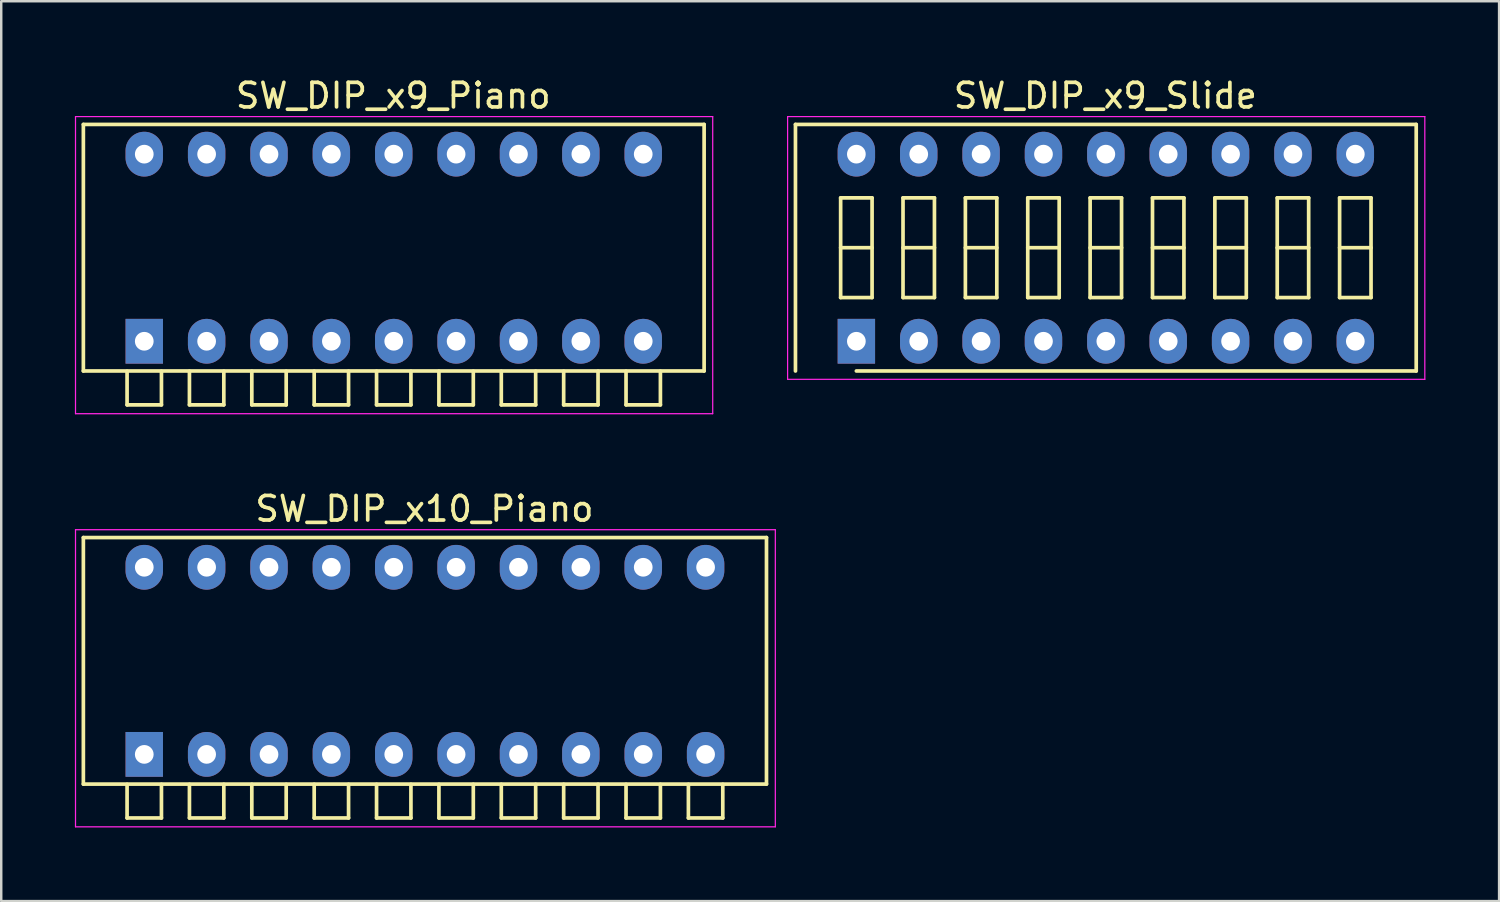
<source format=kicad_pcb>
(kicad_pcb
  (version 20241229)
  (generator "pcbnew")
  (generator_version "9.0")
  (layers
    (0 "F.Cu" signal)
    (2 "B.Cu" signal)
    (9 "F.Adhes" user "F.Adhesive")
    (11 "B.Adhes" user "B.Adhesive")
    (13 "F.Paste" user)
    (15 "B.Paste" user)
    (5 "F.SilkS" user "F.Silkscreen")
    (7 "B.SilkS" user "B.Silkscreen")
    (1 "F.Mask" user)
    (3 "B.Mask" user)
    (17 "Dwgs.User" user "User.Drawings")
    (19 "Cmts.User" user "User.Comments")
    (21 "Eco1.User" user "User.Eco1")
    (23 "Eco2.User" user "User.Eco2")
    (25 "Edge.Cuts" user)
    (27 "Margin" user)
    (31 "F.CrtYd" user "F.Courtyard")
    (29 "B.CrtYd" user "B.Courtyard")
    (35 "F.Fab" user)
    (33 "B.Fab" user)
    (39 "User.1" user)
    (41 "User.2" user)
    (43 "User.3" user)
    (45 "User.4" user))
  (footprint "SW_DIP_x9_Slide"
    (layer "F.Cu")
    (at 31.825 10.848)
    (property "Reference" "SW_DIP_x9_Slide" (at 10.14 -10 0) (layer "F.SilkS") (effects (font (size 1 1) (thickness 0.15))))
    (attr through_hole)
    (fp_line (start -2.48 -8.83) (end 22.8 -8.83) (stroke (width 0.15) (type solid)) (layer "F.SilkS"))
    (fp_line (start -2.48 1.21) (end -2.48 -8.83) (stroke (width 0.15) (type solid)) (layer "F.SilkS"))
    (fp_line (start -0.64 -5.84) (end -0.64 -1.78) (stroke (width 0.15) (type solid)) (layer "F.SilkS"))
    (fp_line (start -0.64 -3.81) (end 0.64 -3.81) (stroke (width 0.15) (type solid)) (layer "F.SilkS"))
    (fp_line (start -0.64 -1.78) (end 0.64 -1.78) (stroke (width 0.15) (type solid)) (layer "F.SilkS"))
    (fp_line (start 0.64 -5.84) (end -0.64 -5.84) (stroke (width 0.15) (type solid)) (layer "F.SilkS"))
    (fp_line (start 0.64 -1.78) (end 0.64 -5.84) (stroke (width 0.15) (type solid)) (layer "F.SilkS"))
    (fp_line (start 1.9 -5.84) (end 1.9 -1.78) (stroke (width 0.15) (type solid)) (layer "F.SilkS"))
    (fp_line (start 1.9 -3.81) (end 3.18 -3.81) (stroke (width 0.15) (type solid)) (layer "F.SilkS"))
    (fp_line (start 1.9 -1.78) (end 3.18 -1.78) (stroke (width 0.15) (type solid)) (layer "F.SilkS"))
    (fp_line (start 3.18 -5.84) (end 1.9 -5.84) (stroke (width 0.15) (type solid)) (layer "F.SilkS"))
    (fp_line (start 3.18 -1.78) (end 3.18 -5.84) (stroke (width 0.15) (type solid)) (layer "F.SilkS"))
    (fp_line (start 4.44 -5.84) (end 4.44 -1.78) (stroke (width 0.15) (type solid)) (layer "F.SilkS"))
    (fp_line (start 4.44 -3.81) (end 5.72 -3.81) (stroke (width 0.15) (type solid)) (layer "F.SilkS"))
    (fp_line (start 4.44 -1.78) (end 5.72 -1.78) (stroke (width 0.15) (type solid)) (layer "F.SilkS"))
    (fp_line (start 5.72 -5.84) (end 4.44 -5.84) (stroke (width 0.15) (type solid)) (layer "F.SilkS"))
    (fp_line (start 5.72 -1.78) (end 5.72 -5.84) (stroke (width 0.15) (type solid)) (layer "F.SilkS"))
    (fp_line (start 6.98 -5.84) (end 6.98 -1.78) (stroke (width 0.15) (type solid)) (layer "F.SilkS"))
    (fp_line (start 6.98 -3.81) (end 8.26 -3.81) (stroke (width 0.15) (type solid)) (layer "F.SilkS"))
    (fp_line (start 6.98 -1.78) (end 8.26 -1.78) (stroke (width 0.15) (type solid)) (layer "F.SilkS"))
    (fp_line (start 8.26 -5.84) (end 6.98 -5.84) (stroke (width 0.15) (type solid)) (layer "F.SilkS"))
    (fp_line (start 8.26 -1.78) (end 8.26 -5.84) (stroke (width 0.15) (type solid)) (layer "F.SilkS"))
    (fp_line (start 9.52 -5.84) (end 9.52 -1.78) (stroke (width 0.15) (type solid)) (layer "F.SilkS"))
    (fp_line (start 9.52 -3.81) (end 10.8 -3.81) (stroke (width 0.15) (type solid)) (layer "F.SilkS"))
    (fp_line (start 9.52 -1.78) (end 10.8 -1.78) (stroke (width 0.15) (type solid)) (layer "F.SilkS"))
    (fp_line (start 10.8 -5.84) (end 9.52 -5.84) (stroke (width 0.15) (type solid)) (layer "F.SilkS"))
    (fp_line (start 10.8 -1.78) (end 10.8 -5.84) (stroke (width 0.15) (type solid)) (layer "F.SilkS"))
    (fp_line (start 12.06 -5.84) (end 12.06 -1.78) (stroke (width 0.15) (type solid)) (layer "F.SilkS"))
    (fp_line (start 12.06 -3.81) (end 13.34 -3.81) (stroke (width 0.15) (type solid)) (layer "F.SilkS"))
    (fp_line (start 12.06 -1.78) (end 13.34 -1.78) (stroke (width 0.15) (type solid)) (layer "F.SilkS"))
    (fp_line (start 13.34 -5.84) (end 12.06 -5.84) (stroke (width 0.15) (type solid)) (layer "F.SilkS"))
    (fp_line (start 13.34 -1.78) (end 13.34 -5.84) (stroke (width 0.15) (type solid)) (layer "F.SilkS"))
    (fp_line (start 14.6 -5.84) (end 14.6 -1.78) (stroke (width 0.15) (type solid)) (layer "F.SilkS"))
    (fp_line (start 14.6 -3.81) (end 15.88 -3.81) (stroke (width 0.15) (type solid)) (layer "F.SilkS"))
    (fp_line (start 14.6 -1.78) (end 15.88 -1.78) (stroke (width 0.15) (type solid)) (layer "F.SilkS"))
    (fp_line (start 15.88 -5.84) (end 14.6 -5.84) (stroke (width 0.15) (type solid)) (layer "F.SilkS"))
    (fp_line (start 15.88 -1.78) (end 15.88 -5.84) (stroke (width 0.15) (type solid)) (layer "F.SilkS"))
    (fp_line (start 17.14 -5.84) (end 17.14 -1.78) (stroke (width 0.15) (type solid)) (layer "F.SilkS"))
    (fp_line (start 17.14 -3.81) (end 18.42 -3.81) (stroke (width 0.15) (type solid)) (layer "F.SilkS"))
    (fp_line (start 17.14 -1.78) (end 18.42 -1.78) (stroke (width 0.15) (type solid)) (layer "F.SilkS"))
    (fp_line (start 18.42 -5.84) (end 17.14 -5.84) (stroke (width 0.15) (type solid)) (layer "F.SilkS"))
    (fp_line (start 18.42 -1.78) (end 18.42 -5.84) (stroke (width 0.15) (type solid)) (layer "F.SilkS"))
    (fp_line (start 19.68 -5.84) (end 19.68 -1.78) (stroke (width 0.15) (type solid)) (layer "F.SilkS"))
    (fp_line (start 19.68 -3.81) (end 20.96 -3.81) (stroke (width 0.15) (type solid)) (layer "F.SilkS"))
    (fp_line (start 19.68 -1.78) (end 20.96 -1.78) (stroke (width 0.15) (type solid)) (layer "F.SilkS"))
    (fp_line (start 20.96 -5.84) (end 19.68 -5.84) (stroke (width 0.15) (type solid)) (layer "F.SilkS"))
    (fp_line (start 20.96 -1.78) (end 20.96 -5.84) (stroke (width 0.15) (type solid)) (layer "F.SilkS"))
    (fp_line (start 22.8 -8.83) (end 22.8 1.21) (stroke (width 0.15) (type solid)) (layer "F.SilkS"))
    (fp_line (start 22.8 1.21) (end 0 1.21) (stroke (width 0.15) (type solid)) (layer "F.SilkS"))
    (fp_line (start -2.8 -9.15) (end -2.8 1.55) (stroke (width 0.05) (type solid)) (layer "F.CrtYd"))
    (fp_line (start -2.8 1.55) (end 23.15 1.55) (stroke (width 0.05) (type solid)) (layer "F.CrtYd"))
    (fp_line (start 23.15 -9.15) (end -2.8 -9.15) (stroke (width 0.05) (type solid)) (layer "F.CrtYd"))
    (fp_line (start 23.15 1.55) (end 23.15 -9.15) (stroke (width 0.05) (type solid)) (layer "F.CrtYd"))
    (pad "1" thru_hole rect (at 0 0) (size 1.524 1.824) (drill 0.762) (layers "*.Cu" "*.Mask"))
    (pad "2" thru_hole oval (at 2.54 0) (size 1.524 1.824) (drill 0.762) (layers "*.Cu" "*.Mask"))
    (pad "3" thru_hole oval (at 5.08 0) (size 1.524 1.824) (drill 0.762) (layers "*.Cu" "*.Mask"))
    (pad "4" thru_hole oval (at 7.62 0) (size 1.524 1.824) (drill 0.762) (layers "*.Cu" "*.Mask"))
    (pad "5" thru_hole oval (at 10.16 0) (size 1.524 1.824) (drill 0.762) (layers "*.Cu" "*.Mask"))
    (pad "6" thru_hole oval (at 12.7 0) (size 1.524 1.824) (drill 0.762) (layers "*.Cu" "*.Mask"))
    (pad "7" thru_hole oval (at 15.24 0) (size 1.524 1.824) (drill 0.762) (layers "*.Cu" "*.Mask"))
    (pad "8" thru_hole oval (at 17.78 0) (size 1.524 1.824) (drill 0.762) (layers "*.Cu" "*.Mask"))
    (pad "9" thru_hole oval (at 20.32 0) (size 1.524 1.824) (drill 0.762) (layers "*.Cu" "*.Mask"))
    (pad "10" thru_hole oval (at 20.32 -7.62) (size 1.524 1.824) (drill 0.762) (layers "*.Cu" "*.Mask"))
    (pad "11" thru_hole oval (at 17.78 -7.62) (size 1.524 1.824) (drill 0.762) (layers "*.Cu" "*.Mask"))
    (pad "12" thru_hole oval (at 15.24 -7.62) (size 1.524 1.824) (drill 0.762) (layers "*.Cu" "*.Mask"))
    (pad "13" thru_hole oval (at 12.7 -7.62) (size 1.524 1.824) (drill 0.762) (layers "*.Cu" "*.Mask"))
    (pad "14" thru_hole oval (at 10.16 -7.62) (size 1.524 1.824) (drill 0.762) (layers "*.Cu" "*.Mask"))
    (pad "15" thru_hole oval (at 7.62 -7.62) (size 1.524 1.824) (drill 0.762) (layers "*.Cu" "*.Mask"))
    (pad "16" thru_hole oval (at 5.08 -7.62) (size 1.524 1.824) (drill 0.762) (layers "*.Cu" "*.Mask"))
    (pad "17" thru_hole oval (at 2.54 -7.62) (size 1.524 1.824) (drill 0.762) (layers "*.Cu" "*.Mask"))
    (pad "18" thru_hole oval (at 0 -7.62) (size 1.524 1.824) (drill 0.762) (layers "*.Cu" "*.Mask")))
  (footprint "SW_DIP_x9_Piano"
    (layer "F.Cu")
    (at 2.825 10.848)
    (property "Reference" "SW_DIP_x9_Piano" (at 10.14 -10 0) (layer "F.SilkS") (effects (font (size 1 1) (thickness 0.15))))
    (attr through_hole)
    (fp_line (start -2.48 -8.83) (end 22.8 -8.83) (stroke (width 0.15) (type solid)) (layer "F.SilkS"))
    (fp_line (start -2.48 1.21) (end -2.48 -8.83) (stroke (width 0.15) (type solid)) (layer "F.SilkS"))
    (fp_line (start -0.7 1.22) (end -0.7 2.59) (stroke (width 0.15) (type solid)) (layer "F.SilkS"))
    (fp_line (start -0.7 2.59) (end 0.7 2.59) (stroke (width 0.15) (type solid)) (layer "F.SilkS"))
    (fp_line (start 0.7 2.59) (end 0.7 1.22) (stroke (width 0.15) (type solid)) (layer "F.SilkS"))
    (fp_line (start 1.84 1.22) (end 1.84 2.59) (stroke (width 0.15) (type solid)) (layer "F.SilkS"))
    (fp_line (start 1.84 2.59) (end 3.24 2.59) (stroke (width 0.15) (type solid)) (layer "F.SilkS"))
    (fp_line (start 3.24 2.59) (end 3.24 1.22) (stroke (width 0.15) (type solid)) (layer "F.SilkS"))
    (fp_line (start 4.38 1.22) (end 4.38 2.59) (stroke (width 0.15) (type solid)) (layer "F.SilkS"))
    (fp_line (start 4.38 2.59) (end 5.78 2.59) (stroke (width 0.15) (type solid)) (layer "F.SilkS"))
    (fp_line (start 5.78 2.59) (end 5.78 1.22) (stroke (width 0.15) (type solid)) (layer "F.SilkS"))
    (fp_line (start 6.92 1.22) (end 6.92 2.59) (stroke (width 0.15) (type solid)) (layer "F.SilkS"))
    (fp_line (start 6.92 2.59) (end 8.32 2.59) (stroke (width 0.15) (type solid)) (layer "F.SilkS"))
    (fp_line (start 8.32 2.59) (end 8.32 1.22) (stroke (width 0.15) (type solid)) (layer "F.SilkS"))
    (fp_line (start 9.46 1.22) (end 9.46 2.59) (stroke (width 0.15) (type solid)) (layer "F.SilkS"))
    (fp_line (start 9.46 2.59) (end 10.86 2.59) (stroke (width 0.15) (type solid)) (layer "F.SilkS"))
    (fp_line (start 10.86 2.59) (end 10.86 1.22) (stroke (width 0.15) (type solid)) (layer "F.SilkS"))
    (fp_line (start 12 1.22) (end 12 2.59) (stroke (width 0.15) (type solid)) (layer "F.SilkS"))
    (fp_line (start 12 2.59) (end 13.4 2.59) (stroke (width 0.15) (type solid)) (layer "F.SilkS"))
    (fp_line (start 13.4 2.59) (end 13.4 1.22) (stroke (width 0.15) (type solid)) (layer "F.SilkS"))
    (fp_line (start 14.54 1.22) (end 14.54 2.59) (stroke (width 0.15) (type solid)) (layer "F.SilkS"))
    (fp_line (start 14.54 2.59) (end 15.94 2.59) (stroke (width 0.15) (type solid)) (layer "F.SilkS"))
    (fp_line (start 15.94 2.59) (end 15.94 1.22) (stroke (width 0.15) (type solid)) (layer "F.SilkS"))
    (fp_line (start 17.08 1.22) (end 17.08 2.59) (stroke (width 0.15) (type solid)) (layer "F.SilkS"))
    (fp_line (start 17.08 2.59) (end 18.48 2.59) (stroke (width 0.15) (type solid)) (layer "F.SilkS"))
    (fp_line (start 18.48 2.59) (end 18.48 1.22) (stroke (width 0.15) (type solid)) (layer "F.SilkS"))
    (fp_line (start 19.62 1.22) (end 19.62 2.59) (stroke (width 0.15) (type solid)) (layer "F.SilkS"))
    (fp_line (start 19.62 2.59) (end 21.02 2.59) (stroke (width 0.15) (type solid)) (layer "F.SilkS"))
    (fp_line (start 21.02 2.59) (end 21.02 1.22) (stroke (width 0.15) (type solid)) (layer "F.SilkS"))
    (fp_line (start 22.8 -8.83) (end 22.8 1.21) (stroke (width 0.15) (type solid)) (layer "F.SilkS"))
    (fp_line (start 22.8 1.21) (end -2.48 1.21) (stroke (width 0.15) (type solid)) (layer "F.SilkS"))
    (fp_line (start -2.8 -9.15) (end -2.8 2.95) (stroke (width 0.05) (type solid)) (layer "F.CrtYd"))
    (fp_line (start -2.8 2.95) (end 23.15 2.95) (stroke (width 0.05) (type solid)) (layer "F.CrtYd"))
    (fp_line (start 23.15 -9.15) (end -2.8 -9.15) (stroke (width 0.05) (type solid)) (layer "F.CrtYd"))
    (fp_line (start 23.15 2.95) (end 23.15 -9.15) (stroke (width 0.05) (type solid)) (layer "F.CrtYd"))
    (pad "1" thru_hole rect (at 0 0) (size 1.524 1.824) (drill 0.762) (layers "*.Cu" "*.Mask"))
    (pad "2" thru_hole oval (at 2.54 0) (size 1.524 1.824) (drill 0.762) (layers "*.Cu" "*.Mask"))
    (pad "3" thru_hole oval (at 5.08 0) (size 1.524 1.824) (drill 0.762) (layers "*.Cu" "*.Mask"))
    (pad "4" thru_hole oval (at 7.62 0) (size 1.524 1.824) (drill 0.762) (layers "*.Cu" "*.Mask"))
    (pad "5" thru_hole oval (at 10.16 0) (size 1.524 1.824) (drill 0.762) (layers "*.Cu" "*.Mask"))
    (pad "6" thru_hole oval (at 12.7 0) (size 1.524 1.824) (drill 0.762) (layers "*.Cu" "*.Mask"))
    (pad "7" thru_hole oval (at 15.24 0) (size 1.524 1.824) (drill 0.762) (layers "*.Cu" "*.Mask"))
    (pad "8" thru_hole oval (at 17.78 0) (size 1.524 1.824) (drill 0.762) (layers "*.Cu" "*.Mask"))
    (pad "9" thru_hole oval (at 20.32 0) (size 1.524 1.824) (drill 0.762) (layers "*.Cu" "*.Mask"))
    (pad "10" thru_hole oval (at 20.32 -7.62) (size 1.524 1.824) (drill 0.762) (layers "*.Cu" "*.Mask"))
    (pad "11" thru_hole oval (at 17.78 -7.62) (size 1.524 1.824) (drill 0.762) (layers "*.Cu" "*.Mask"))
    (pad "12" thru_hole oval (at 15.24 -7.62) (size 1.524 1.824) (drill 0.762) (layers "*.Cu" "*.Mask"))
    (pad "13" thru_hole oval (at 12.7 -7.62) (size 1.524 1.824) (drill 0.762) (layers "*.Cu" "*.Mask"))
    (pad "14" thru_hole oval (at 10.16 -7.62) (size 1.524 1.824) (drill 0.762) (layers "*.Cu" "*.Mask"))
    (pad "15" thru_hole oval (at 7.62 -7.62) (size 1.524 1.824) (drill 0.762) (layers "*.Cu" "*.Mask"))
    (pad "16" thru_hole oval (at 5.08 -7.62) (size 1.524 1.824) (drill 0.762) (layers "*.Cu" "*.Mask"))
    (pad "17" thru_hole oval (at 2.54 -7.62) (size 1.524 1.824) (drill 0.762) (layers "*.Cu" "*.Mask"))
    (pad "18" thru_hole oval (at 0 -7.62) (size 1.524 1.824) (drill 0.762) (layers "*.Cu" "*.Mask")))
  (footprint "SW_DIP_x10_Piano"
    (layer "F.Cu")
    (at 2.825 27.672)
    (property "Reference" "SW_DIP_x10_Piano" (at 11.41 -10 0) (layer "F.SilkS") (effects (font (size 1 1) (thickness 0.15))))
    (attr through_hole)
    (fp_line (start -2.48 -8.83) (end 25.34 -8.83) (stroke (width 0.15) (type solid)) (layer "F.SilkS"))
    (fp_line (start -2.48 1.21) (end -2.48 -8.83) (stroke (width 0.15) (type solid)) (layer "F.SilkS"))
    (fp_line (start -0.7 1.22) (end -0.7 2.59) (stroke (width 0.15) (type solid)) (layer "F.SilkS"))
    (fp_line (start -0.7 2.59) (end 0.7 2.59) (stroke (width 0.15) (type solid)) (layer "F.SilkS"))
    (fp_line (start 0.7 2.59) (end 0.7 1.22) (stroke (width 0.15) (type solid)) (layer "F.SilkS"))
    (fp_line (start 1.84 1.22) (end 1.84 2.59) (stroke (width 0.15) (type solid)) (layer "F.SilkS"))
    (fp_line (start 1.84 2.59) (end 3.24 2.59) (stroke (width 0.15) (type solid)) (layer "F.SilkS"))
    (fp_line (start 3.24 2.59) (end 3.24 1.22) (stroke (width 0.15) (type solid)) (layer "F.SilkS"))
    (fp_line (start 4.38 1.22) (end 4.38 2.59) (stroke (width 0.15) (type solid)) (layer "F.SilkS"))
    (fp_line (start 4.38 2.59) (end 5.78 2.59) (stroke (width 0.15) (type solid)) (layer "F.SilkS"))
    (fp_line (start 5.78 2.59) (end 5.78 1.22) (stroke (width 0.15) (type solid)) (layer "F.SilkS"))
    (fp_line (start 6.92 1.22) (end 6.92 2.59) (stroke (width 0.15) (type solid)) (layer "F.SilkS"))
    (fp_line (start 6.92 2.59) (end 8.32 2.59) (stroke (width 0.15) (type solid)) (layer "F.SilkS"))
    (fp_line (start 8.32 2.59) (end 8.32 1.22) (stroke (width 0.15) (type solid)) (layer "F.SilkS"))
    (fp_line (start 9.46 1.22) (end 9.46 2.59) (stroke (width 0.15) (type solid)) (layer "F.SilkS"))
    (fp_line (start 9.46 2.59) (end 10.86 2.59) (stroke (width 0.15) (type solid)) (layer "F.SilkS"))
    (fp_line (start 10.86 2.59) (end 10.86 1.22) (stroke (width 0.15) (type solid)) (layer "F.SilkS"))
    (fp_line (start 12 1.22) (end 12 2.59) (stroke (width 0.15) (type solid)) (layer "F.SilkS"))
    (fp_line (start 12 2.59) (end 13.4 2.59) (stroke (width 0.15) (type solid)) (layer "F.SilkS"))
    (fp_line (start 13.4 2.59) (end 13.4 1.22) (stroke (width 0.15) (type solid)) (layer "F.SilkS"))
    (fp_line (start 14.54 1.22) (end 14.54 2.59) (stroke (width 0.15) (type solid)) (layer "F.SilkS"))
    (fp_line (start 14.54 2.59) (end 15.94 2.59) (stroke (width 0.15) (type solid)) (layer "F.SilkS"))
    (fp_line (start 15.94 2.59) (end 15.94 1.22) (stroke (width 0.15) (type solid)) (layer "F.SilkS"))
    (fp_line (start 17.08 1.22) (end 17.08 2.59) (stroke (width 0.15) (type solid)) (layer "F.SilkS"))
    (fp_line (start 17.08 2.59) (end 18.48 2.59) (stroke (width 0.15) (type solid)) (layer "F.SilkS"))
    (fp_line (start 18.48 2.59) (end 18.48 1.22) (stroke (width 0.15) (type solid)) (layer "F.SilkS"))
    (fp_line (start 19.62 1.22) (end 19.62 2.59) (stroke (width 0.15) (type solid)) (layer "F.SilkS"))
    (fp_line (start 19.62 2.59) (end 21.02 2.59) (stroke (width 0.15) (type solid)) (layer "F.SilkS"))
    (fp_line (start 21.02 2.59) (end 21.02 1.22) (stroke (width 0.15) (type solid)) (layer "F.SilkS"))
    (fp_line (start 22.16 1.22) (end 22.16 2.59) (stroke (width 0.15) (type solid)) (layer "F.SilkS"))
    (fp_line (start 22.16 2.59) (end 23.56 2.59) (stroke (width 0.15) (type solid)) (layer "F.SilkS"))
    (fp_line (start 23.56 2.59) (end 23.56 1.22) (stroke (width 0.15) (type solid)) (layer "F.SilkS"))
    (fp_line (start 25.34 -8.83) (end 25.34 1.21) (stroke (width 0.15) (type solid)) (layer "F.SilkS"))
    (fp_line (start 25.34 1.21) (end -2.48 1.21) (stroke (width 0.15) (type solid)) (layer "F.SilkS"))
    (fp_line (start -2.8 -9.15) (end -2.8 2.95) (stroke (width 0.05) (type solid)) (layer "F.CrtYd"))
    (fp_line (start -2.8 2.95) (end 25.7 2.95) (stroke (width 0.05) (type solid)) (layer "F.CrtYd"))
    (fp_line (start 25.7 -9.15) (end -2.8 -9.15) (stroke (width 0.05) (type solid)) (layer "F.CrtYd"))
    (fp_line (start 25.7 2.95) (end 25.7 -9.15) (stroke (width 0.05) (type solid)) (layer "F.CrtYd"))
    (pad "1" thru_hole rect (at 0 0) (size 1.524 1.824) (drill 0.762) (layers "*.Cu" "*.Mask"))
    (pad "2" thru_hole oval (at 2.54 0) (size 1.524 1.824) (drill 0.762) (layers "*.Cu" "*.Mask"))
    (pad "3" thru_hole oval (at 5.08 0) (size 1.524 1.824) (drill 0.762) (layers "*.Cu" "*.Mask"))
    (pad "4" thru_hole oval (at 7.62 0) (size 1.524 1.824) (drill 0.762) (layers "*.Cu" "*.Mask"))
    (pad "5" thru_hole oval (at 10.16 0) (size 1.524 1.824) (drill 0.762) (layers "*.Cu" "*.Mask"))
    (pad "6" thru_hole oval (at 12.7 0) (size 1.524 1.824) (drill 0.762) (layers "*.Cu" "*.Mask"))
    (pad "7" thru_hole oval (at 15.24 0) (size 1.524 1.824) (drill 0.762) (layers "*.Cu" "*.Mask"))
    (pad "8" thru_hole oval (at 17.78 0) (size 1.524 1.824) (drill 0.762) (layers "*.Cu" "*.Mask"))
    (pad "9" thru_hole oval (at 20.32 0) (size 1.524 1.824) (drill 0.762) (layers "*.Cu" "*.Mask"))
    (pad "10" thru_hole oval (at 22.86 0) (size 1.524 1.824) (drill 0.762) (layers "*.Cu" "*.Mask"))
    (pad "11" thru_hole oval (at 22.86 -7.62) (size 1.524 1.824) (drill 0.762) (layers "*.Cu" "*.Mask"))
    (pad "12" thru_hole oval (at 20.32 -7.62) (size 1.524 1.824) (drill 0.762) (layers "*.Cu" "*.Mask"))
    (pad "13" thru_hole oval (at 17.78 -7.62) (size 1.524 1.824) (drill 0.762) (layers "*.Cu" "*.Mask"))
    (pad "14" thru_hole oval (at 15.24 -7.62) (size 1.524 1.824) (drill 0.762) (layers "*.Cu" "*.Mask"))
    (pad "15" thru_hole oval (at 12.7 -7.62) (size 1.524 1.824) (drill 0.762) (layers "*.Cu" "*.Mask"))
    (pad "16" thru_hole oval (at 10.16 -7.62) (size 1.524 1.824) (drill 0.762) (layers "*.Cu" "*.Mask"))
    (pad "17" thru_hole oval (at 7.62 -7.62) (size 1.524 1.824) (drill 0.762) (layers "*.Cu" "*.Mask"))
    (pad "18" thru_hole oval (at 5.08 -7.62) (size 1.524 1.824) (drill 0.762) (layers "*.Cu" "*.Mask"))
    (pad "19" thru_hole oval (at 2.54 -7.62) (size 1.524 1.824) (drill 0.762) (layers "*.Cu" "*.Mask"))
    (pad "20" thru_hole oval (at 0 -7.62) (size 1.524 1.824) (drill 0.762) (layers "*.Cu" "*.Mask")))
  (gr_rect
    (start -3 -3)
    (end 58 33.647)
    (stroke (width 0.1) (type default))
    (fill no)
    (layer "Edge.Cuts")))
</source>
